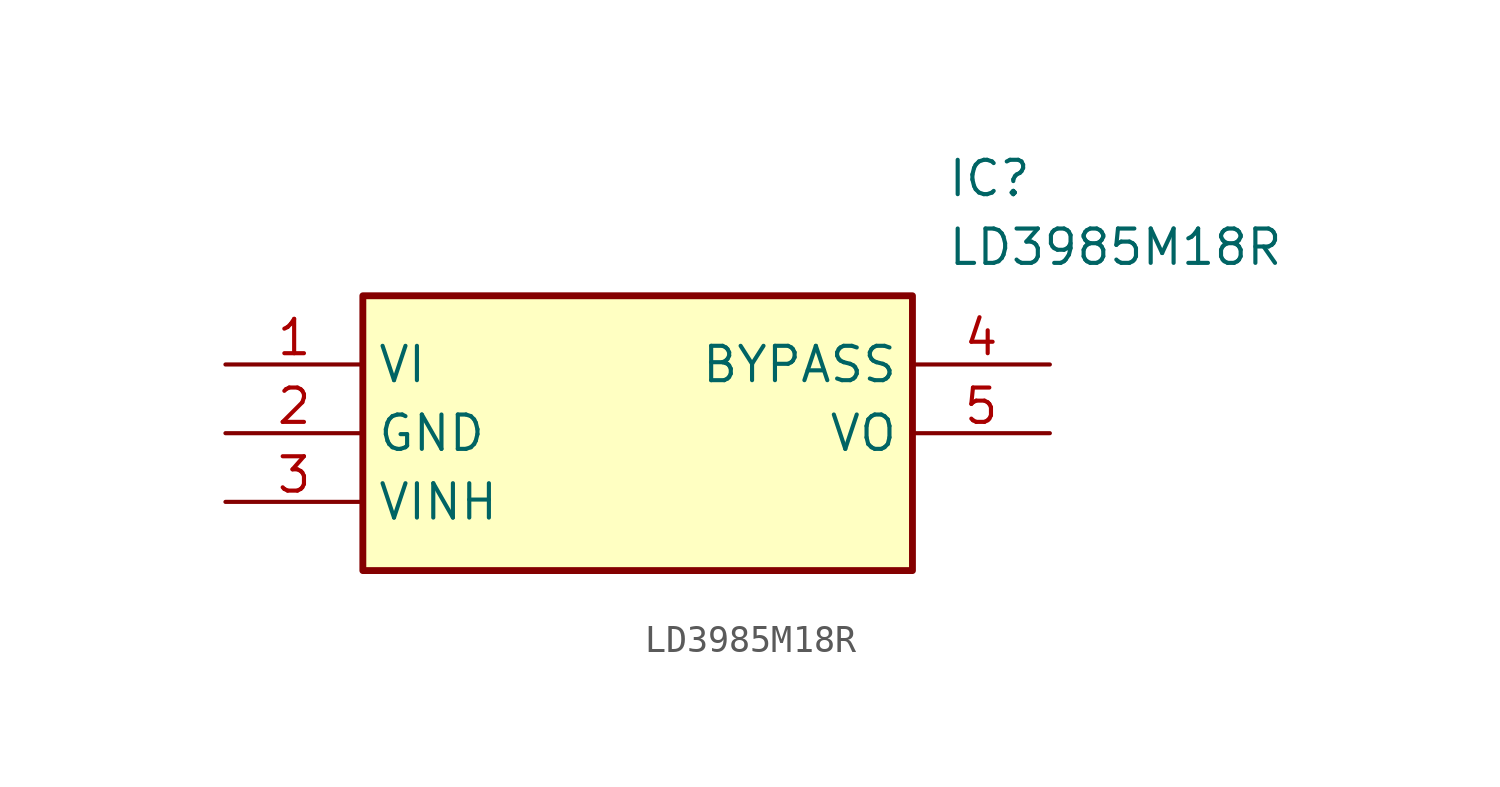
<source format=kicad_sym>
(kicad_symbol_lib
  (version 20211014)
  (generator SamacSys_ECAD_Model)
  (symbol "LD3985M18R"
    (property "Reference" "IC"
      (at 26.67 7.62 0)
      (effects (font (size 1.27 1.27)) (justify left top)))
    (property "Value" "LD3985M18R"
      (at 26.67 5.08 0)
      (effects (font (size 1.27 1.27)) (justify left top)))
    (rectangle
      (start 5.08 2.54)
      (end 25.4 -7.62)
      (stroke (width 0.254) (type default))
      (fill (type background)))
    (pin input line
      (at 0 0 0)
      (length 5.08)
      (name "VI" (effects (font (size 1.27 1.27))))
      (number "1" (effects (font (size 1.27 1.27)))))
    (pin power_in line
      (at 0 -2.54 0)
      (length 5.08)
      (name "GND" (effects (font (size 1.27 1.27))))
      (number "2" (effects (font (size 1.27 1.27)))))
    (pin input line
      (at 0 -5.08 0)
      (length 5.08)
      (name "VINH" (effects (font (size 1.27 1.27))))
      (number "3" (effects (font (size 1.27 1.27)))))
    (pin passive line
      (at 30.48 0 180)
      (length 5.08)
      (name "BYPASS" (effects (font (size 1.27 1.27))))
      (number "4" (effects (font (size 1.27 1.27)))))
    (pin output line
      (at 30.48 -2.54 180)
      (length 5.08)
      (name "VO" (effects (font (size 1.27 1.27))))
      (number "5" (effects (font (size 1.27 1.27)))))))
</source>
